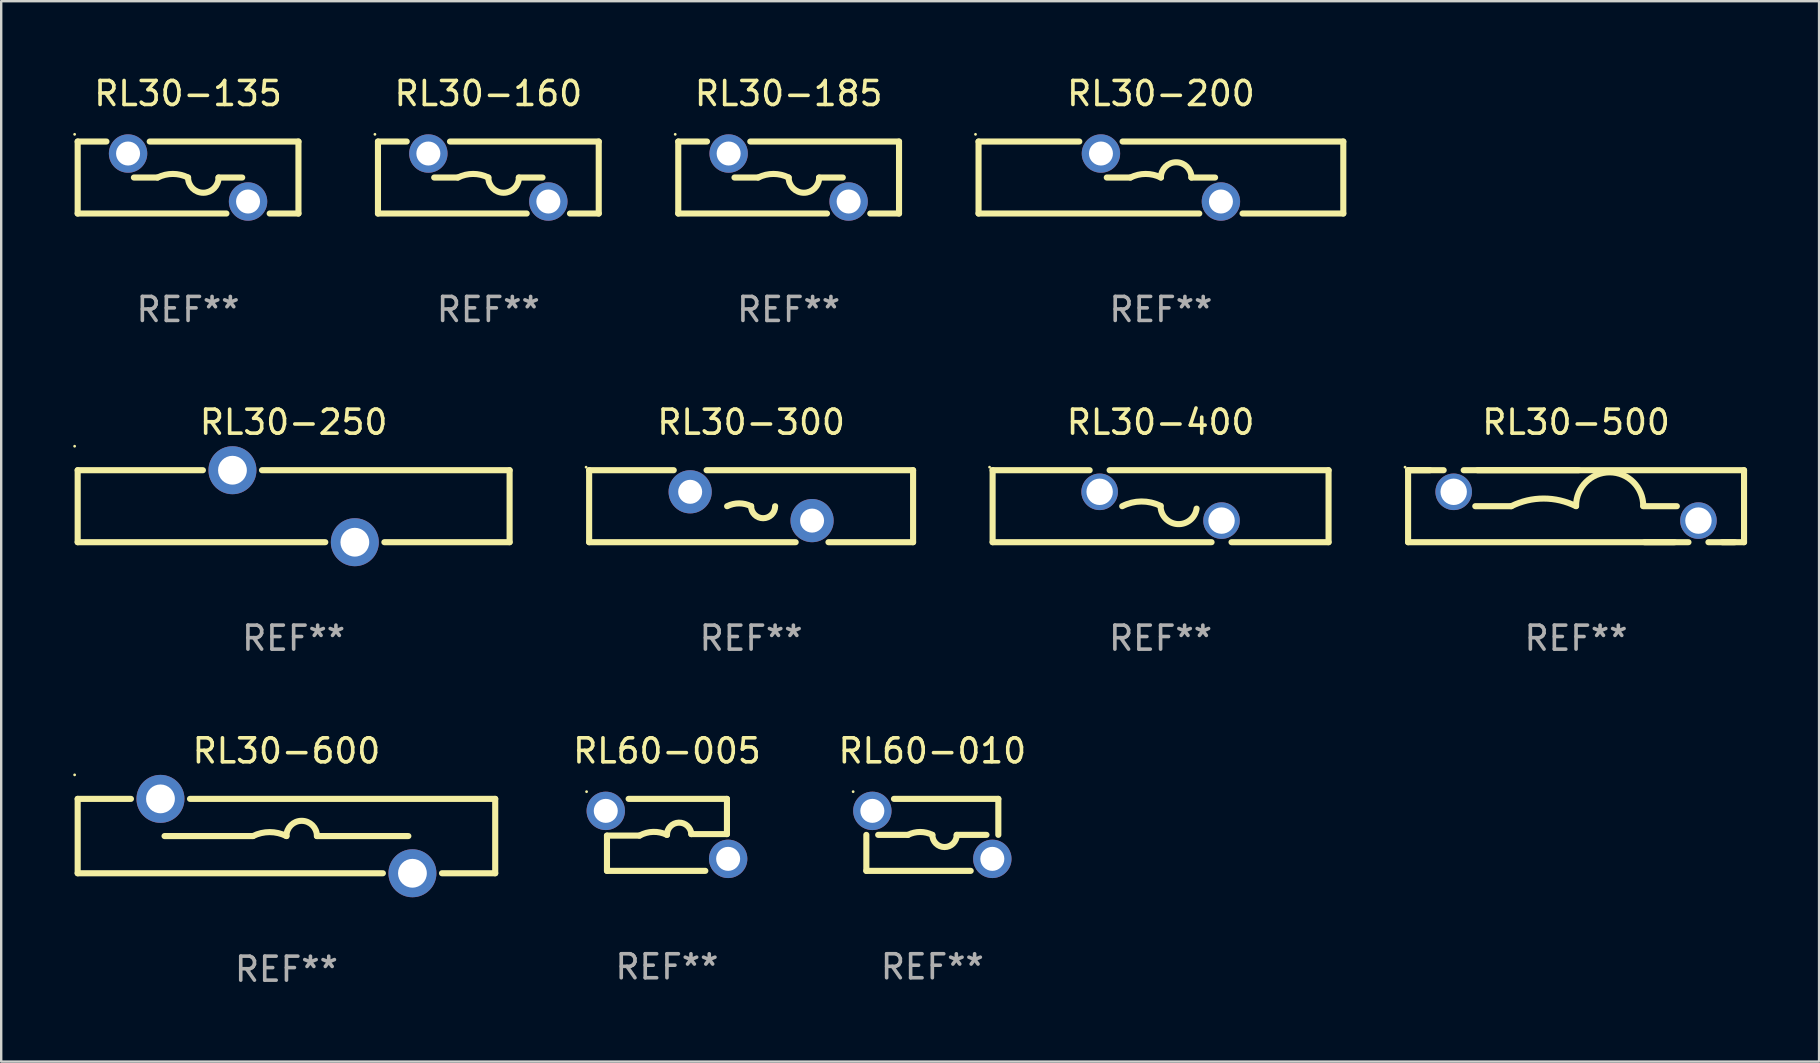
<source format=kicad_pcb>
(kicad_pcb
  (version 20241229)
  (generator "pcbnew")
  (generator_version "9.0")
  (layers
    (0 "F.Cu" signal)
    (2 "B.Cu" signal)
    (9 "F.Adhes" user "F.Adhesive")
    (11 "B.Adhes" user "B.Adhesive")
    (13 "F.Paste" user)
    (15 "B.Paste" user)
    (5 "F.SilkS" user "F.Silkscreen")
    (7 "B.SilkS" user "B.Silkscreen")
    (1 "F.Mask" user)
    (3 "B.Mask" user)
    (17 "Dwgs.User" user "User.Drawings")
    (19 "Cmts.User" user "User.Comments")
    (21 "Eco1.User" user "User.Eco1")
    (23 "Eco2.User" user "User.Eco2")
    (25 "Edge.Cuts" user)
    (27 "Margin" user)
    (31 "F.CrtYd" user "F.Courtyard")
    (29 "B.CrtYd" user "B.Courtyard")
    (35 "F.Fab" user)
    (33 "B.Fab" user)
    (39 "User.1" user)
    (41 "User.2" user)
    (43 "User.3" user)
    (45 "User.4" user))
  (footprint "RL30-600"
    (layer "F.Cu")
    (at 8.887 31.791)
    (property "Reference" "RL30-600" (at 0 -3.55 0) (layer "F.SilkS") (effects (font (size 1 1) (thickness 0.15))))
    (attr through_hole)
    (fp_line (start -8.7 -1.55) (end -8.7 1.55) (stroke (width 0.254) (type solid)) (layer "F.SilkS"))
    (fp_line (start -8.7 -1.55) (end -6.481 -1.55) (stroke (width 0.254) (type solid)) (layer "F.SilkS"))
    (fp_line (start -8.7 1.55) (end 4.019 1.55) (stroke (width 0.254) (type solid)) (layer "F.SilkS"))
    (fp_line (start -5.08 -0.000013) (end -1.397 -0.000013) (stroke (width 0.254) (type solid)) (layer "F.SilkS"))
    (fp_line (start -4.019 -1.55) (end 8.7 -1.55) (stroke (width 0.254) (type solid)) (layer "F.SilkS"))
    (fp_line (start 5.08 -0.000013) (end 1.27 -0.000013) (stroke (width 0.254) (type solid)) (layer "F.SilkS"))
    (fp_line (start 6.481 1.55) (end 8.7 1.55) (stroke (width 0.254) (type solid)) (layer "F.SilkS"))
    (fp_line (start 8.7 -1.55) (end 8.7 1.55) (stroke (width 0.254) (type solid)) (layer "F.SilkS"))
    (fp_arc (start -1.397003 -0.000013) (mid -0.698501 -0.164907) (end 0 -0.000013) (stroke (width 0.254001) (type solid)) (layer "F.SilkS"))
    (fp_arc (start -0.000001 -0.000013) (mid 0.635001 -0.635015) (end 1.270003 -0.000013) (stroke (width 0.254001) (type solid)) (layer "F.SilkS"))
    (fp_circle (center -8.827 -2.55) (end -8.797 -2.55) (stroke (width 0.06) (type solid)) (fill no) (layer "F.SilkS"))
    (fp_text user "REF**" (at 0 5.55 0) (layer "F.Fab") (effects (font (size 1 1) (thickness 0.15))))
    (pad "1" thru_hole circle (at -5.25 -1.55) (size 2 2) (drill 1.2) (layers "*.Cu" "*.Mask"))
    (pad "2" thru_hole circle (at 5.25 1.55) (size 2 2) (drill 1.2) (layers "*.Cu" "*.Mask")))
  (footprint "RL30-135"
    (layer "F.Cu")
    (at 4.787 4.348)
    (property "Reference" "RL30-135" (at 0 -3.5 0) (layer "F.SilkS") (effects (font (size 1 1) (thickness 0.15))))
    (attr through_hole)
    (fp_line (start -4.6 -1.5) (end -3.401 -1.5) (stroke (width 0.254) (type solid)) (layer "F.SilkS"))
    (fp_line (start -4.6 1.5) (end -4.6 -1.5) (stroke (width 0.254) (type solid)) (layer "F.SilkS"))
    (fp_line (start -4.6 1.5) (end 1.599 1.5) (stroke (width 0.254) (type solid)) (layer "F.SilkS"))
    (fp_line (start -2.257 0.000127) (end -1.27 0.000127) (stroke (width 0.254) (type solid)) (layer "F.SilkS"))
    (fp_line (start -1.599 -1.5) (end 4.6 -1.5) (stroke (width 0.254) (type solid)) (layer "F.SilkS"))
    (fp_line (start 2.257 0.000127) (end 1.27 0.000127) (stroke (width 0.254) (type solid)) (layer "F.SilkS"))
    (fp_line (start 3.401 1.5) (end 4.6 1.5) (stroke (width 0.254) (type solid)) (layer "F.SilkS"))
    (fp_line (start 4.6 -1.5) (end 4.6 1.5) (stroke (width 0.254) (type solid)) (layer "F.SilkS"))
    (fp_arc (start -1.270003 0.000127) (mid -0.635001 -0.149777) (end 0 0.000127) (stroke (width 0.254001) (type solid)) (layer "F.SilkS"))
    (fp_arc (start 1.270003 0.000127) (mid 0.635129 0.634443) (end 0.000635 -0.000253) (stroke (width 0.254001) (type solid)) (layer "F.SilkS"))
    (fp_circle (center -4.727 -1.8) (end -4.697 -1.8) (stroke (width 0.06) (type solid)) (fill no) (layer "F.SilkS"))
    (fp_text user "REF**" (at 0 5.5 0) (layer "F.Fab") (effects (font (size 1 1) (thickness 0.15))))
    (pad "1" thru_hole circle (at -2.5 -1) (size 1.6 1.6) (drill 1) (layers "*.Cu" "*.Mask"))
    (pad "2" thru_hole circle (at 2.5 1) (size 1.6 1.6) (drill 1) (layers "*.Cu" "*.Mask")))
  (footprint "RL30-500"
    (layer "F.Cu")
    (at 62.629 18.045)
    (property "Reference" "RL30-500" (at 0 -3.5 0) (layer "F.SilkS") (effects (font (size 1 1) (thickness 0.15))))
    (attr through_hole)
    (fp_line (start -7 -1.5) (end -7 1.5) (stroke (width 0.254) (type solid)) (layer "F.SilkS"))
    (fp_line (start -7 -1.5) (end -5.517 -1.5) (stroke (width 0.254) (type solid)) (layer "F.SilkS"))
    (fp_line (start -7 1.5) (end 4.107 1.5) (stroke (width 0.254) (type solid)) (layer "F.SilkS"))
    (fp_line (start -6.093 -1.5) (end -7 -1.5) (stroke (width 0.254) (type solid)) (layer "F.SilkS"))
    (fp_line (start -4.683 -1.5) (end 0.11 -1.5) (stroke (width 0.254) (type solid)) (layer "F.SilkS"))
    (fp_line (start -2.7 -0.000127) (end -4.2 -0.000127) (stroke (width 0.254) (type solid)) (layer "F.SilkS"))
    (fp_line (start 2.8 -0.000127) (end 4.2 -0.000127) (stroke (width 0.254) (type solid)) (layer "F.SilkS"))
    (fp_line (start 2.853 1.5) (end 4.684 1.5) (stroke (width 0.254) (type solid)) (layer "F.SilkS"))
    (fp_line (start 5.516 1.5) (end 6.612 1.5) (stroke (width 0.254) (type solid)) (layer "F.SilkS"))
    (fp_line (start 6.093 1.5) (end 7 1.5) (stroke (width 0.254) (type solid)) (layer "F.SilkS"))
    (fp_line (start 7 -1.5) (end -4.107 -1.5) (stroke (width 0.254) (type solid)) (layer "F.SilkS"))
    (fp_line (start 7 1.5) (end 7 -1.5) (stroke (width 0.254) (type solid)) (layer "F.SilkS"))
    (fp_arc (start -2.700025 -0.000127) (mid -1.350013 -0.318821) (end 0 -0.000127) (stroke (width 0.254001) (type solid)) (layer "F.SilkS"))
    (fp_arc (start 0 -0.012827) (mid 1.399543 -1.411862) (end 2.799086 -0.012827) (stroke (width 0.254001) (type solid)) (layer "F.SilkS"))
    (fp_circle (center -7.127 -1.627) (end -7.097 -1.627) (stroke (width 0.06) (type solid)) (fill no) (layer "F.SilkS"))
    (fp_text user "REF**" (at 0 5.5 0) (layer "F.Fab") (effects (font (size 1 1) (thickness 0.15))))
    (pad "1" thru_hole circle (at -5.1 -0.6) (size 1.524 1.524) (drill 1.1) (layers "*.Cu" "*.Mask"))
    (pad "2" thru_hole circle (at 5.1 0.6) (size 1.524 1.524) (drill 1.1) (layers "*.Cu" "*.Mask")))
  (footprint "RL30-185"
    (layer "F.Cu")
    (at 29.815 4.348)
    (property "Reference" "RL30-185" (at 0 -3.5 0) (layer "F.SilkS") (effects (font (size 1 1) (thickness 0.15))))
    (attr through_hole)
    (fp_line (start -4.6 -1.5) (end -3.401 -1.5) (stroke (width 0.254) (type solid)) (layer "F.SilkS"))
    (fp_line (start -4.6 1.5) (end -4.6 -1.5) (stroke (width 0.254) (type solid)) (layer "F.SilkS"))
    (fp_line (start -4.6 1.5) (end 1.599 1.5) (stroke (width 0.254) (type solid)) (layer "F.SilkS"))
    (fp_line (start -2.257 0.000127) (end -1.27 0.000127) (stroke (width 0.254) (type solid)) (layer "F.SilkS"))
    (fp_line (start -1.599 -1.5) (end 4.6 -1.5) (stroke (width 0.254) (type solid)) (layer "F.SilkS"))
    (fp_line (start 2.257 0.000127) (end 1.27 0.000127) (stroke (width 0.254) (type solid)) (layer "F.SilkS"))
    (fp_line (start 3.401 1.5) (end 4.6 1.5) (stroke (width 0.254) (type solid)) (layer "F.SilkS"))
    (fp_line (start 4.6 -1.5) (end 4.6 1.5) (stroke (width 0.254) (type solid)) (layer "F.SilkS"))
    (fp_arc (start -1.270003 0.000127) (mid -0.635001 -0.149777) (end 0 0.000127) (stroke (width 0.254001) (type solid)) (layer "F.SilkS"))
    (fp_arc (start 1.270003 0.000127) (mid 0.635129 0.634443) (end 0.000635 -0.000253) (stroke (width 0.254001) (type solid)) (layer "F.SilkS"))
    (fp_circle (center -4.727 -1.8) (end -4.697 -1.8) (stroke (width 0.06) (type solid)) (fill no) (layer "F.SilkS"))
    (fp_text user "REF**" (at 0 5.5 0) (layer "F.Fab") (effects (font (size 1 1) (thickness 0.15))))
    (pad "1" thru_hole circle (at -2.5 -1) (size 1.6 1.6) (drill 1) (layers "*.Cu" "*.Mask"))
    (pad "2" thru_hole circle (at 2.5 1) (size 1.6 1.6) (drill 1) (layers "*.Cu" "*.Mask")))
  (footprint "RL60-005"
    (layer "F.Cu")
    (at 24.744 31.741)
    (property "Reference" "RL60-005" (at 0 -3.5 0) (layer "F.SilkS") (effects (font (size 1 1) (thickness 0.15))))
    (attr through_hole)
    (fp_line (start -2.5 0.031) (end -1.143 0.031) (stroke (width 0.254) (type solid)) (layer "F.SilkS"))
    (fp_line (start -2.5 1.5) (end -2.5 0.031) (stroke (width 0.254) (type solid)) (layer "F.SilkS"))
    (fp_line (start -2.5 1.5) (end 1.599 1.5) (stroke (width 0.254) (type solid)) (layer "F.SilkS"))
    (fp_line (start 2.5 -1.5) (end -1.598 -1.5) (stroke (width 0.254) (type solid)) (layer "F.SilkS"))
    (fp_line (start 2.5 -1.5) (end 2.5 -0.031) (stroke (width 0.254) (type solid)) (layer "F.SilkS"))
    (fp_line (start 2.5 -0.031) (end 1.016 -0.031) (stroke (width 0.254) (type solid)) (layer "F.SilkS"))
    (fp_arc (start -1.143002 0.03114) (mid -0.575311 -0.124289) (end 0 0) (stroke (width 0.254001) (type solid)) (layer "F.SilkS"))
    (fp_arc (start -0.000254 0.000254) (mid 0.492648 -0.508334) (end 1.016002 -0.03114) (stroke (width 0.254001) (type solid)) (layer "F.SilkS"))
    (fp_circle (center -3.35 -1.8) (end -3.32 -1.8) (stroke (width 0.06) (type solid)) (fill no) (layer "F.SilkS"))
    (fp_text user "REF**" (at 0 5.5 0) (layer "F.Fab") (effects (font (size 1 1) (thickness 0.15))))
    (pad "1" thru_hole circle (at -2.55 -1) (size 1.6 1.6) (drill 1) (layers "*.Cu" "*.Mask"))
    (pad "2" thru_hole circle (at 2.55 1) (size 1.6 1.6) (drill 1) (layers "*.Cu" "*.Mask")))
  (footprint "RL60-010"
    (layer "F.Cu")
    (at 35.803 31.741)
    (property "Reference" "RL60-010" (at 0 -3.5 0) (layer "F.SilkS") (effects (font (size 1 1) (thickness 0.15))))
    (attr through_hole)
    (fp_line (start -2.75 1.5) (end -2.75 0.000305) (stroke (width 0.254) (type solid)) (layer "F.SilkS"))
    (fp_line (start -2.75 1.5) (end 1.599 1.5) (stroke (width 0.254) (type solid)) (layer "F.SilkS"))
    (fp_line (start -2.257 0) (end -1.016 0) (stroke (width 0.254) (type solid)) (layer "F.SilkS"))
    (fp_line (start 2.257 0) (end 1.016 0) (stroke (width 0.254) (type solid)) (layer "F.SilkS"))
    (fp_line (start 2.75 -1.5) (end -1.599 -1.5) (stroke (width 0.254) (type solid)) (layer "F.SilkS"))
    (fp_line (start 2.75 -1.5) (end 2.75 -0.000279) (stroke (width 0.254) (type solid)) (layer "F.SilkS"))
    (fp_arc (start -1.016027 0) (mid -0.508026 -0.119923) (end -0.000025 0) (stroke (width 0.254001) (type solid)) (layer "F.SilkS"))
    (fp_arc (start 1.015977 0) (mid 0.508293 0.507671) (end 0.000609 -0.000001) (stroke (width 0.254001) (type solid)) (layer "F.SilkS"))
    (fp_circle (center -3.3 -1.8) (end -3.27 -1.8) (stroke (width 0.06) (type solid)) (fill no) (layer "F.SilkS"))
    (fp_text user "REF**" (at 0 5.5 0) (layer "F.Fab") (effects (font (size 1 1) (thickness 0.15))))
    (pad "1" thru_hole circle (at -2.5 -1) (size 1.6 1.6) (drill 1) (layers "*.Cu" "*.Mask"))
    (pad "2" thru_hole circle (at 2.5 1) (size 1.6 1.6) (drill 1) (layers "*.Cu" "*.Mask")))
  (footprint "RL30-200"
    (layer "F.Cu")
    (at 45.329 4.348)
    (property "Reference" "RL30-200" (at 0 -3.5 0) (layer "F.SilkS") (effects (font (size 1 1) (thickness 0.15))))
    (attr through_hole)
    (fp_line (start -7.6 -1.5) (end -3.401 -1.5) (stroke (width 0.254) (type solid)) (layer "F.SilkS"))
    (fp_line (start -7.6 1.5) (end -7.6 -1.5) (stroke (width 0.254) (type solid)) (layer "F.SilkS"))
    (fp_line (start -7.6 1.5) (end 1.599 1.5) (stroke (width 0.254) (type solid)) (layer "F.SilkS"))
    (fp_line (start -2.257 0.000127) (end -1.27 0.000127) (stroke (width 0.254) (type solid)) (layer "F.SilkS"))
    (fp_line (start -1.599 -1.5) (end 7.6 -1.5) (stroke (width 0.254) (type solid)) (layer "F.SilkS"))
    (fp_line (start 2.257 0.000127) (end 1.27 0.000127) (stroke (width 0.254) (type solid)) (layer "F.SilkS"))
    (fp_line (start 3.401 1.5) (end 7.6 1.5) (stroke (width 0.254) (type solid)) (layer "F.SilkS"))
    (fp_line (start 7.6 -1.5) (end 7.6 1.5) (stroke (width 0.254) (type solid)) (layer "F.SilkS"))
    (fp_arc (start -1.270003 0.000127) (mid -0.635001 -0.149777) (end 0 0.000127) (stroke (width 0.254001) (type solid)) (layer "F.SilkS"))
    (fp_arc (start -0.000889 0.000509) (mid 0.634366 -0.634925) (end 1.270003 0.000127) (stroke (width 0.254001) (type solid)) (layer "F.SilkS"))
    (fp_circle (center -7.727 -1.8) (end -7.697 -1.8) (stroke (width 0.06) (type solid)) (fill no) (layer "F.SilkS"))
    (fp_text user "REF**" (at 0 5.5 0) (layer "F.Fab") (effects (font (size 1 1) (thickness 0.15))))
    (pad "1" thru_hole circle (at -2.5 -1) (size 1.6 1.6) (drill 1) (layers "*.Cu" "*.Mask"))
    (pad "2" thru_hole circle (at 2.5 1) (size 1.6 1.6) (drill 1) (layers "*.Cu" "*.Mask")))
  (footprint "RL30-300"
    (layer "F.Cu")
    (at 28.251 18.045)
    (property "Reference" "RL30-300" (at 0 -3.5 0) (layer "F.SilkS") (effects (font (size 1 1) (thickness 0.15))))
    (attr through_hole)
    (fp_line (start -6.75 -1.5) (end -3.224 -1.5) (stroke (width 0.254) (type solid)) (layer "F.SilkS"))
    (fp_line (start -6.75 1.5) (end -6.75 -1.5) (stroke (width 0.254) (type solid)) (layer "F.SilkS"))
    (fp_line (start -1.856 -1.5) (end 6.75 -1.5) (stroke (width 0.254) (type solid)) (layer "F.SilkS"))
    (fp_line (start 1.857 1.5) (end -6.75 1.5) (stroke (width 0.254) (type solid)) (layer "F.SilkS"))
    (fp_line (start 6.75 -1.5) (end 6.75 1.5) (stroke (width 0.254) (type solid)) (layer "F.SilkS"))
    (fp_line (start 6.75 1.5) (end 3.223 1.5) (stroke (width 0.254) (type solid)) (layer "F.SilkS"))
    (fp_arc (start -1 -0.000127) (mid -0.5 -0.118148) (end 0 -0.000127) (stroke (width 0.254001) (type solid)) (layer "F.SilkS"))
    (fp_arc (start 1.000762 -0.000127) (mid 0.500381 0.5) (end 0 -0.000127) (stroke (width 0.254001) (type solid)) (layer "F.SilkS"))
    (fp_circle (center -6.877 -1.627) (end -6.847 -1.627) (stroke (width 0.06) (type solid)) (fill no) (layer "F.SilkS"))
    (fp_text user "REF**" (at 0 5.5 0) (layer "F.Fab") (effects (font (size 1 1) (thickness 0.15))))
    (pad "1" thru_hole circle (at -2.54 -0.6) (size 1.8 1.8) (drill 1) (layers "*.Cu" "*.Mask"))
    (pad "2" thru_hole circle (at 2.54 0.6) (size 1.8 1.8) (drill 1) (layers "*.Cu" "*.Mask")))
  (footprint "RL30-250"
    (layer "F.Cu")
    (at 9.187 18.045)
    (property "Reference" "RL30-250" (at 0 -3.5 0) (layer "F.SilkS") (effects (font (size 1 1) (thickness 0.15))))
    (attr through_hole)
    (fp_line (start -9 -1.5) (end -3.781 -1.5) (stroke (width 0.254) (type solid)) (layer "F.SilkS"))
    (fp_line (start -9 1.5) (end -9 -1.5) (stroke (width 0.254) (type solid)) (layer "F.SilkS"))
    (fp_line (start -9 1.5) (end 1.319 1.5) (stroke (width 0.254) (type solid)) (layer "F.SilkS"))
    (fp_line (start -1.319 -1.5) (end 9 -1.5) (stroke (width 0.254) (type solid)) (layer "F.SilkS"))
    (fp_line (start 3.781 1.5) (end 9 1.5) (stroke (width 0.254) (type solid)) (layer "F.SilkS"))
    (fp_line (start 9 -1.5) (end 9 1.5) (stroke (width 0.254) (type solid)) (layer "F.SilkS"))
    (fp_circle (center -9.127 -2.5) (end -9.097 -2.5) (stroke (width 0.06) (type solid)) (fill no) (layer "F.SilkS"))
    (fp_text user "REF**" (at 0 5.5 0) (layer "F.Fab") (effects (font (size 1 1) (thickness 0.15))))
    (pad "1" thru_hole circle (at -2.55 -1.5) (size 2 2) (drill 1.2) (layers "*.Cu" "*.Mask"))
    (pad "2" thru_hole circle (at 2.55 1.5) (size 2 2) (drill 1.2) (layers "*.Cu" "*.Mask")))
  (footprint "RL30-400"
    (layer "F.Cu")
    (at 45.315 18.045)
    (property "Reference" "RL30-400" (at 0 -3.5 0) (layer "F.SilkS") (effects (font (size 1 1) (thickness 0.15))))
    (attr through_hole)
    (fp_line (start -7 -1.5) (end -7 1.5) (stroke (width 0.254) (type solid)) (layer "F.SilkS"))
    (fp_line (start -7 -1.5) (end -2.956 -1.5) (stroke (width 0.254) (type solid)) (layer "F.SilkS"))
    (fp_line (start -2.124 -1.5) (end 7 -1.5) (stroke (width 0.254) (type solid)) (layer "F.SilkS"))
    (fp_line (start 2.124 1.5) (end -7 1.5) (stroke (width 0.254) (type solid)) (layer "F.SilkS"))
    (fp_line (start 7 1.5) (end 2.956 1.5) (stroke (width 0.254) (type solid)) (layer "F.SilkS"))
    (fp_line (start 7 1.5) (end 7 -1.5) (stroke (width 0.254) (type solid)) (layer "F.SilkS"))
    (fp_arc (start -1.6 0) (mid -0.801529 -0.197174) (end 0 -0.012827) (stroke (width 0.254001) (type solid)) (layer "F.SilkS"))
    (fp_arc (start 1.5 0.1) (mid 0.69724 0.745018) (end 0.000001 -0.012828) (stroke (width 0.254001) (type solid)) (layer "F.SilkS"))
    (fp_circle (center -7.127 -1.627) (end -7.097 -1.627) (stroke (width 0.06) (type solid)) (fill no) (layer "F.SilkS"))
    (fp_text user "REF**" (at 0 5.5 0) (layer "F.Fab") (effects (font (size 1 1) (thickness 0.15))))
    (pad "1" thru_hole circle (at -2.54 -0.6) (size 1.524 1.524) (drill 1.1) (layers "*.Cu" "*.Mask"))
    (pad "2" thru_hole circle (at 2.54 0.6) (size 1.524 1.524) (drill 1.1) (layers "*.Cu" "*.Mask")))
  (footprint "RL30-160"
    (layer "F.Cu")
    (at 17.301 4.348)
    (property "Reference" "RL30-160" (at 0 -3.5 0) (layer "F.SilkS") (effects (font (size 1 1) (thickness 0.15))))
    (attr through_hole)
    (fp_line (start -4.6 -1.5) (end -3.401 -1.5) (stroke (width 0.254) (type solid)) (layer "F.SilkS"))
    (fp_line (start -4.6 1.5) (end -4.6 -1.5) (stroke (width 0.254) (type solid)) (layer "F.SilkS"))
    (fp_line (start -4.6 1.5) (end 1.599 1.5) (stroke (width 0.254) (type solid)) (layer "F.SilkS"))
    (fp_line (start -2.257 0.000127) (end -1.27 0.000127) (stroke (width 0.254) (type solid)) (layer "F.SilkS"))
    (fp_line (start -1.599 -1.5) (end 4.6 -1.5) (stroke (width 0.254) (type solid)) (layer "F.SilkS"))
    (fp_line (start 2.257 0.000127) (end 1.27 0.000127) (stroke (width 0.254) (type solid)) (layer "F.SilkS"))
    (fp_line (start 3.401 1.5) (end 4.6 1.5) (stroke (width 0.254) (type solid)) (layer "F.SilkS"))
    (fp_line (start 4.6 -1.5) (end 4.6 1.5) (stroke (width 0.254) (type solid)) (layer "F.SilkS"))
    (fp_arc (start -1.270003 0.000127) (mid -0.635001 -0.149777) (end 0 0.000127) (stroke (width 0.254001) (type solid)) (layer "F.SilkS"))
    (fp_arc (start 1.270003 0.000127) (mid 0.635129 0.634443) (end 0.000635 -0.000253) (stroke (width 0.254001) (type solid)) (layer "F.SilkS"))
    (fp_circle (center -4.727 -1.8) (end -4.697 -1.8) (stroke (width 0.06) (type solid)) (fill no) (layer "F.SilkS"))
    (fp_text user "REF**" (at 0 5.5 0) (layer "F.Fab") (effects (font (size 1 1) (thickness 0.15))))
    (pad "1" thru_hole circle (at -2.5 -1) (size 1.6 1.6) (drill 1) (layers "*.Cu" "*.Mask"))
    (pad "2" thru_hole circle (at 2.5 1) (size 1.6 1.6) (drill 1) (layers "*.Cu" "*.Mask")))
  (gr_rect
    (start -3 -3)
    (end 72.756 41.19)
    (stroke (width 0.1) (type default))
    (fill no)
    (layer "Edge.Cuts")))
</source>
